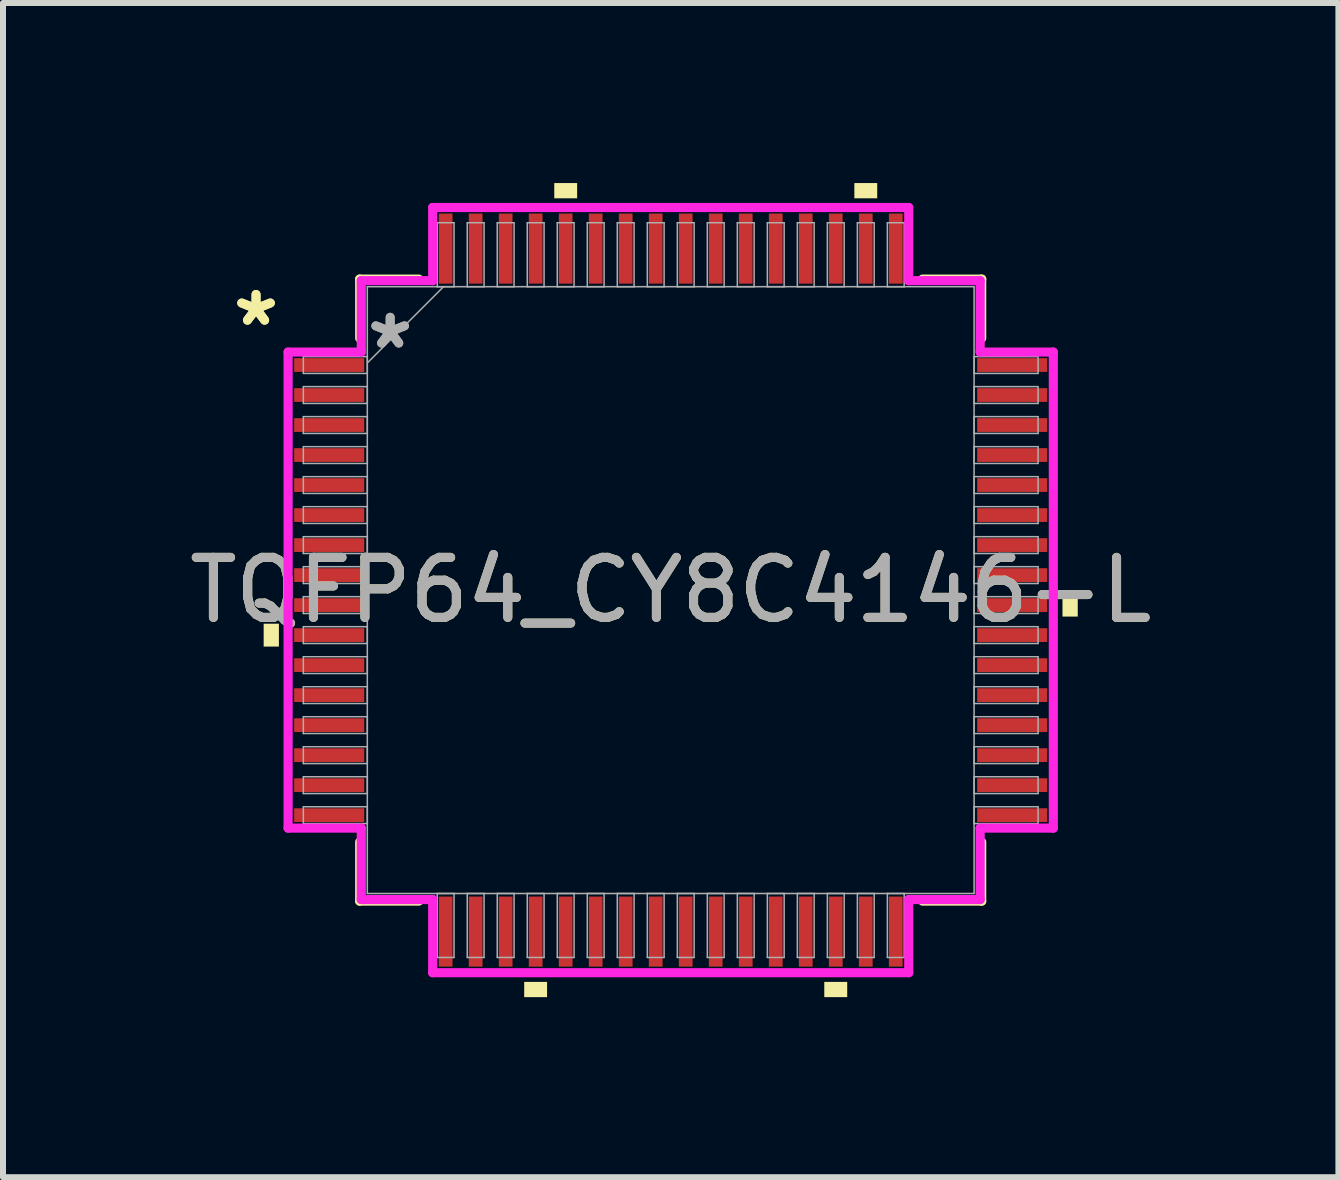
<source format=kicad_pcb>
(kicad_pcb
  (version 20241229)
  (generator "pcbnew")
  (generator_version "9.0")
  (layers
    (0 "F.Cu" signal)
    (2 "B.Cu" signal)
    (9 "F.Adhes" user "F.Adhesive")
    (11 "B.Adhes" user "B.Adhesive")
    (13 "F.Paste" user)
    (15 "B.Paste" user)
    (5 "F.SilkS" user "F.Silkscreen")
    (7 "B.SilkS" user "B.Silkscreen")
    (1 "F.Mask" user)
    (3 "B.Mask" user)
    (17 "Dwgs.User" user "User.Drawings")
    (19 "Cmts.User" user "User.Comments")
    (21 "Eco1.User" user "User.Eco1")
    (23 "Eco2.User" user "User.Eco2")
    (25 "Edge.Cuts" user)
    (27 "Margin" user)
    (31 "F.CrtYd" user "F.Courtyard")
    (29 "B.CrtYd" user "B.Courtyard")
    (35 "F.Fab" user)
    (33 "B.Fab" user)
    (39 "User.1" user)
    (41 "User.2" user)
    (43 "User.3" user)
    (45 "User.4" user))
  (footprint "TQFP64_CY8C4146-L"
    (layer "F.Cu")
    (at 8.125 6.782)
    (property "Reference" "TQFP64_CY8C4146-L" (at 0 0 0) (unlocked yes) (layer "F.SilkS") (effects (font (size 1 1) (thickness 0.15))))
    (attr smd)
    (fp_line (start -5.182 -5.182) (end -5.182 -4.197) (stroke (width 0.152) (type solid)) (layer "F.SilkS"))
    (fp_line (start -5.182 4.197) (end -5.182 5.182) (stroke (width 0.152) (type solid)) (layer "F.SilkS"))
    (fp_line (start -5.182 5.182) (end -4.197 5.182) (stroke (width 0.152) (type solid)) (layer "F.SilkS"))
    (fp_line (start -4.197 -5.182) (end -5.182 -5.182) (stroke (width 0.152) (type solid)) (layer "F.SilkS"))
    (fp_line (start 4.197 5.182) (end 5.182 5.182) (stroke (width 0.152) (type solid)) (layer "F.SilkS"))
    (fp_line (start 5.182 -5.182) (end 4.197 -5.182) (stroke (width 0.152) (type solid)) (layer "F.SilkS"))
    (fp_line (start 5.182 -4.197) (end 5.182 -5.182) (stroke (width 0.152) (type solid)) (layer "F.SilkS"))
    (fp_line (start 5.182 5.182) (end 5.182 4.197) (stroke (width 0.152) (type solid)) (layer "F.SilkS"))
    (fp_poly (pts (xy -6.782 0.56) (xy -6.782 0.941) (xy -6.528 0.941) (xy -6.528 0.56)) (stroke (width 0) (type solid)) (fill yes) (layer "F.SilkS"))
    (fp_poly (pts (xy -2.441 6.528) (xy -2.441 6.782) (xy -2.06 6.782) (xy -2.06 6.528)) (stroke (width 0) (type solid)) (fill yes) (layer "F.SilkS"))
    (fp_poly (pts (xy -1.94 -6.528) (xy -1.94 -6.782) (xy -1.559 -6.782) (xy -1.559 -6.528)) (stroke (width 0) (type solid)) (fill yes) (layer "F.SilkS"))
    (fp_poly (pts (xy 2.559 6.528) (xy 2.559 6.782) (xy 2.941 6.782) (xy 2.941 6.528)) (stroke (width 0) (type solid)) (fill yes) (layer "F.SilkS"))
    (fp_poly (pts (xy 3.06 -6.528) (xy 3.06 -6.782) (xy 3.441 -6.782) (xy 3.441 -6.528)) (stroke (width 0) (type solid)) (fill yes) (layer "F.SilkS"))
    (fp_poly (pts (xy 6.782 0.059) (xy 6.782 0.441) (xy 6.528 0.441) (xy 6.528 0.059)) (stroke (width 0) (type solid)) (fill yes) (layer "F.SilkS"))
    (fp_line (start -6.375 -3.966) (end -5.156 -3.966) (stroke (width 0.152) (type solid)) (layer "F.CrtYd"))
    (fp_line (start -6.375 3.966) (end -6.375 -3.966) (stroke (width 0.152) (type solid)) (layer "F.CrtYd"))
    (fp_line (start -5.156 -5.156) (end -3.966 -5.156) (stroke (width 0.152) (type solid)) (layer "F.CrtYd"))
    (fp_line (start -5.156 -3.966) (end -5.156 -5.156) (stroke (width 0.152) (type solid)) (layer "F.CrtYd"))
    (fp_line (start -5.156 3.966) (end -6.375 3.966) (stroke (width 0.152) (type solid)) (layer "F.CrtYd"))
    (fp_line (start -5.156 5.156) (end -5.156 3.966) (stroke (width 0.152) (type solid)) (layer "F.CrtYd"))
    (fp_line (start -5.156 5.156) (end -3.966 5.156) (stroke (width 0.152) (type solid)) (layer "F.CrtYd"))
    (fp_line (start -3.966 -6.375) (end 3.966 -6.375) (stroke (width 0.152) (type solid)) (layer "F.CrtYd"))
    (fp_line (start -3.966 -5.156) (end -3.966 -6.375) (stroke (width 0.152) (type solid)) (layer "F.CrtYd"))
    (fp_line (start -3.966 5.156) (end -3.966 6.375) (stroke (width 0.152) (type solid)) (layer "F.CrtYd"))
    (fp_line (start -3.966 6.375) (end 3.966 6.375) (stroke (width 0.152) (type solid)) (layer "F.CrtYd"))
    (fp_line (start 3.966 -6.375) (end 3.966 -5.156) (stroke (width 0.152) (type solid)) (layer "F.CrtYd"))
    (fp_line (start 3.966 -5.156) (end 5.156 -5.156) (stroke (width 0.152) (type solid)) (layer "F.CrtYd"))
    (fp_line (start 3.966 5.156) (end 5.156 5.156) (stroke (width 0.152) (type solid)) (layer "F.CrtYd"))
    (fp_line (start 3.966 6.375) (end 3.966 5.156) (stroke (width 0.152) (type solid)) (layer "F.CrtYd"))
    (fp_line (start 5.156 -3.966) (end 5.156 -5.156) (stroke (width 0.152) (type solid)) (layer "F.CrtYd"))
    (fp_line (start 5.156 3.966) (end 6.375 3.966) (stroke (width 0.152) (type solid)) (layer "F.CrtYd"))
    (fp_line (start 5.156 5.156) (end 5.156 3.966) (stroke (width 0.152) (type solid)) (layer "F.CrtYd"))
    (fp_line (start 6.375 -3.966) (end 5.156 -3.966) (stroke (width 0.152) (type solid)) (layer "F.CrtYd"))
    (fp_line (start 6.375 3.966) (end 6.375 -3.966) (stroke (width 0.152) (type solid)) (layer "F.CrtYd"))
    (fp_line (start -6.121 -3.89) (end -6.121 -3.61) (stroke (width 0.025) (type solid)) (layer "F.Fab"))
    (fp_line (start -6.121 -3.61) (end -5.055 -3.61) (stroke (width 0.025) (type solid)) (layer "F.Fab"))
    (fp_line (start -6.121 -3.39) (end -6.121 -3.11) (stroke (width 0.025) (type solid)) (layer "F.Fab"))
    (fp_line (start -6.121 -3.11) (end -5.055 -3.11) (stroke (width 0.025) (type solid)) (layer "F.Fab"))
    (fp_line (start -6.121 -2.89) (end -6.121 -2.61) (stroke (width 0.025) (type solid)) (layer "F.Fab"))
    (fp_line (start -6.121 -2.61) (end -5.055 -2.61) (stroke (width 0.025) (type solid)) (layer "F.Fab"))
    (fp_line (start -6.121 -2.39) (end -6.121 -2.11) (stroke (width 0.025) (type solid)) (layer "F.Fab"))
    (fp_line (start -6.121 -2.11) (end -5.055 -2.11) (stroke (width 0.025) (type solid)) (layer "F.Fab"))
    (fp_line (start -6.121 -1.89) (end -6.121 -1.61) (stroke (width 0.025) (type solid)) (layer "F.Fab"))
    (fp_line (start -6.121 -1.61) (end -5.055 -1.61) (stroke (width 0.025) (type solid)) (layer "F.Fab"))
    (fp_line (start -6.121 -1.39) (end -6.121 -1.11) (stroke (width 0.025) (type solid)) (layer "F.Fab"))
    (fp_line (start -6.121 -1.11) (end -5.055 -1.11) (stroke (width 0.025) (type solid)) (layer "F.Fab"))
    (fp_line (start -6.121 -0.89) (end -6.121 -0.61) (stroke (width 0.025) (type solid)) (layer "F.Fab"))
    (fp_line (start -6.121 -0.61) (end -5.055 -0.61) (stroke (width 0.025) (type solid)) (layer "F.Fab"))
    (fp_line (start -6.121 -0.39) (end -6.121 -0.11) (stroke (width 0.025) (type solid)) (layer "F.Fab"))
    (fp_line (start -6.121 -0.11) (end -5.055 -0.11) (stroke (width 0.025) (type solid)) (layer "F.Fab"))
    (fp_line (start -6.121 0.11) (end -6.121 0.39) (stroke (width 0.025) (type solid)) (layer "F.Fab"))
    (fp_line (start -6.121 0.39) (end -5.055 0.39) (stroke (width 0.025) (type solid)) (layer "F.Fab"))
    (fp_line (start -6.121 0.61) (end -6.121 0.89) (stroke (width 0.025) (type solid)) (layer "F.Fab"))
    (fp_line (start -6.121 0.89) (end -5.055 0.89) (stroke (width 0.025) (type solid)) (layer "F.Fab"))
    (fp_line (start -6.121 1.11) (end -6.121 1.39) (stroke (width 0.025) (type solid)) (layer "F.Fab"))
    (fp_line (start -6.121 1.39) (end -5.055 1.39) (stroke (width 0.025) (type solid)) (layer "F.Fab"))
    (fp_line (start -6.121 1.61) (end -6.121 1.89) (stroke (width 0.025) (type solid)) (layer "F.Fab"))
    (fp_line (start -6.121 1.89) (end -5.055 1.89) (stroke (width 0.025) (type solid)) (layer "F.Fab"))
    (fp_line (start -6.121 2.11) (end -6.121 2.39) (stroke (width 0.025) (type solid)) (layer "F.Fab"))
    (fp_line (start -6.121 2.39) (end -5.055 2.39) (stroke (width 0.025) (type solid)) (layer "F.Fab"))
    (fp_line (start -6.121 2.61) (end -6.121 2.89) (stroke (width 0.025) (type solid)) (layer "F.Fab"))
    (fp_line (start -6.121 2.89) (end -5.055 2.89) (stroke (width 0.025) (type solid)) (layer "F.Fab"))
    (fp_line (start -6.121 3.11) (end -6.121 3.39) (stroke (width 0.025) (type solid)) (layer "F.Fab"))
    (fp_line (start -6.121 3.39) (end -5.055 3.39) (stroke (width 0.025) (type solid)) (layer "F.Fab"))
    (fp_line (start -6.121 3.61) (end -6.121 3.89) (stroke (width 0.025) (type solid)) (layer "F.Fab"))
    (fp_line (start -6.121 3.89) (end -5.055 3.89) (stroke (width 0.025) (type solid)) (layer "F.Fab"))
    (fp_line (start -5.055 -5.055) (end -5.055 5.055) (stroke (width 0.025) (type solid)) (layer "F.Fab"))
    (fp_line (start -5.055 -3.89) (end -6.121 -3.89) (stroke (width 0.025) (type solid)) (layer "F.Fab"))
    (fp_line (start -5.055 -3.785) (end -3.785 -5.055) (stroke (width 0.025) (type solid)) (layer "F.Fab"))
    (fp_line (start -5.055 -3.61) (end -5.055 -3.89) (stroke (width 0.025) (type solid)) (layer "F.Fab"))
    (fp_line (start -5.055 -3.39) (end -6.121 -3.39) (stroke (width 0.025) (type solid)) (layer "F.Fab"))
    (fp_line (start -5.055 -3.11) (end -5.055 -3.39) (stroke (width 0.025) (type solid)) (layer "F.Fab"))
    (fp_line (start -5.055 -2.89) (end -6.121 -2.89) (stroke (width 0.025) (type solid)) (layer "F.Fab"))
    (fp_line (start -5.055 -2.61) (end -5.055 -2.89) (stroke (width 0.025) (type solid)) (layer "F.Fab"))
    (fp_line (start -5.055 -2.39) (end -6.121 -2.39) (stroke (width 0.025) (type solid)) (layer "F.Fab"))
    (fp_line (start -5.055 -2.11) (end -5.055 -2.39) (stroke (width 0.025) (type solid)) (layer "F.Fab"))
    (fp_line (start -5.055 -1.89) (end -6.121 -1.89) (stroke (width 0.025) (type solid)) (layer "F.Fab"))
    (fp_line (start -5.055 -1.61) (end -5.055 -1.89) (stroke (width 0.025) (type solid)) (layer "F.Fab"))
    (fp_line (start -5.055 -1.39) (end -6.121 -1.39) (stroke (width 0.025) (type solid)) (layer "F.Fab"))
    (fp_line (start -5.055 -1.11) (end -5.055 -1.39) (stroke (width 0.025) (type solid)) (layer "F.Fab"))
    (fp_line (start -5.055 -0.89) (end -6.121 -0.89) (stroke (width 0.025) (type solid)) (layer "F.Fab"))
    (fp_line (start -5.055 -0.61) (end -5.055 -0.89) (stroke (width 0.025) (type solid)) (layer "F.Fab"))
    (fp_line (start -5.055 -0.39) (end -6.121 -0.39) (stroke (width 0.025) (type solid)) (layer "F.Fab"))
    (fp_line (start -5.055 -0.11) (end -5.055 -0.39) (stroke (width 0.025) (type solid)) (layer "F.Fab"))
    (fp_line (start -5.055 0.11) (end -6.121 0.11) (stroke (width 0.025) (type solid)) (layer "F.Fab"))
    (fp_line (start -5.055 0.39) (end -5.055 0.11) (stroke (width 0.025) (type solid)) (layer "F.Fab"))
    (fp_line (start -5.055 0.61) (end -6.121 0.61) (stroke (width 0.025) (type solid)) (layer "F.Fab"))
    (fp_line (start -5.055 0.89) (end -5.055 0.61) (stroke (width 0.025) (type solid)) (layer "F.Fab"))
    (fp_line (start -5.055 1.11) (end -6.121 1.11) (stroke (width 0.025) (type solid)) (layer "F.Fab"))
    (fp_line (start -5.055 1.39) (end -5.055 1.11) (stroke (width 0.025) (type solid)) (layer "F.Fab"))
    (fp_line (start -5.055 1.61) (end -6.121 1.61) (stroke (width 0.025) (type solid)) (layer "F.Fab"))
    (fp_line (start -5.055 1.89) (end -5.055 1.61) (stroke (width 0.025) (type solid)) (layer "F.Fab"))
    (fp_line (start -5.055 2.11) (end -6.121 2.11) (stroke (width 0.025) (type solid)) (layer "F.Fab"))
    (fp_line (start -5.055 2.39) (end -5.055 2.11) (stroke (width 0.025) (type solid)) (layer "F.Fab"))
    (fp_line (start -5.055 2.61) (end -6.121 2.61) (stroke (width 0.025) (type solid)) (layer "F.Fab"))
    (fp_line (start -5.055 2.89) (end -5.055 2.61) (stroke (width 0.025) (type solid)) (layer "F.Fab"))
    (fp_line (start -5.055 3.11) (end -6.121 3.11) (stroke (width 0.025) (type solid)) (layer "F.Fab"))
    (fp_line (start -5.055 3.39) (end -5.055 3.11) (stroke (width 0.025) (type solid)) (layer "F.Fab"))
    (fp_line (start -5.055 3.61) (end -6.121 3.61) (stroke (width 0.025) (type solid)) (layer "F.Fab"))
    (fp_line (start -5.055 3.89) (end -5.055 3.61) (stroke (width 0.025) (type solid)) (layer "F.Fab"))
    (fp_line (start -5.055 5.055) (end 5.055 5.055) (stroke (width 0.025) (type solid)) (layer "F.Fab"))
    (fp_line (start -3.89 -6.121) (end -3.89 -5.055) (stroke (width 0.025) (type solid)) (layer "F.Fab"))
    (fp_line (start -3.89 -5.055) (end -3.61 -5.055) (stroke (width 0.025) (type solid)) (layer "F.Fab"))
    (fp_line (start -3.89 5.055) (end -3.89 6.121) (stroke (width 0.025) (type solid)) (layer "F.Fab"))
    (fp_line (start -3.89 6.121) (end -3.61 6.121) (stroke (width 0.025) (type solid)) (layer "F.Fab"))
    (fp_line (start -3.61 -6.121) (end -3.89 -6.121) (stroke (width 0.025) (type solid)) (layer "F.Fab"))
    (fp_line (start -3.61 -5.055) (end -3.61 -6.121) (stroke (width 0.025) (type solid)) (layer "F.Fab"))
    (fp_line (start -3.61 5.055) (end -3.89 5.055) (stroke (width 0.025) (type solid)) (layer "F.Fab"))
    (fp_line (start -3.61 6.121) (end -3.61 5.055) (stroke (width 0.025) (type solid)) (layer "F.Fab"))
    (fp_line (start -3.39 -6.121) (end -3.39 -5.055) (stroke (width 0.025) (type solid)) (layer "F.Fab"))
    (fp_line (start -3.39 -5.055) (end -3.11 -5.055) (stroke (width 0.025) (type solid)) (layer "F.Fab"))
    (fp_line (start -3.39 5.055) (end -3.39 6.121) (stroke (width 0.025) (type solid)) (layer "F.Fab"))
    (fp_line (start -3.39 6.121) (end -3.11 6.121) (stroke (width 0.025) (type solid)) (layer "F.Fab"))
    (fp_line (start -3.11 -6.121) (end -3.39 -6.121) (stroke (width 0.025) (type solid)) (layer "F.Fab"))
    (fp_line (start -3.11 -5.055) (end -3.11 -6.121) (stroke (width 0.025) (type solid)) (layer "F.Fab"))
    (fp_line (start -3.11 5.055) (end -3.39 5.055) (stroke (width 0.025) (type solid)) (layer "F.Fab"))
    (fp_line (start -3.11 6.121) (end -3.11 5.055) (stroke (width 0.025) (type solid)) (layer "F.Fab"))
    (fp_line (start -2.89 -6.121) (end -2.89 -5.055) (stroke (width 0.025) (type solid)) (layer "F.Fab"))
    (fp_line (start -2.89 -5.055) (end -2.61 -5.055) (stroke (width 0.025) (type solid)) (layer "F.Fab"))
    (fp_line (start -2.89 5.055) (end -2.89 6.121) (stroke (width 0.025) (type solid)) (layer "F.Fab"))
    (fp_line (start -2.89 6.121) (end -2.61 6.121) (stroke (width 0.025) (type solid)) (layer "F.Fab"))
    (fp_line (start -2.61 -6.121) (end -2.89 -6.121) (stroke (width 0.025) (type solid)) (layer "F.Fab"))
    (fp_line (start -2.61 -5.055) (end -2.61 -6.121) (stroke (width 0.025) (type solid)) (layer "F.Fab"))
    (fp_line (start -2.61 5.055) (end -2.89 5.055) (stroke (width 0.025) (type solid)) (layer "F.Fab"))
    (fp_line (start -2.61 6.121) (end -2.61 5.055) (stroke (width 0.025) (type solid)) (layer "F.Fab"))
    (fp_line (start -2.39 -6.121) (end -2.39 -5.055) (stroke (width 0.025) (type solid)) (layer "F.Fab"))
    (fp_line (start -2.39 -5.055) (end -2.11 -5.055) (stroke (width 0.025) (type solid)) (layer "F.Fab"))
    (fp_line (start -2.39 5.055) (end -2.39 6.121) (stroke (width 0.025) (type solid)) (layer "F.Fab"))
    (fp_line (start -2.39 6.121) (end -2.11 6.121) (stroke (width 0.025) (type solid)) (layer "F.Fab"))
    (fp_line (start -2.11 -6.121) (end -2.39 -6.121) (stroke (width 0.025) (type solid)) (layer "F.Fab"))
    (fp_line (start -2.11 -5.055) (end -2.11 -6.121) (stroke (width 0.025) (type solid)) (layer "F.Fab"))
    (fp_line (start -2.11 5.055) (end -2.39 5.055) (stroke (width 0.025) (type solid)) (layer "F.Fab"))
    (fp_line (start -2.11 6.121) (end -2.11 5.055) (stroke (width 0.025) (type solid)) (layer "F.Fab"))
    (fp_line (start -1.89 -6.121) (end -1.89 -5.055) (stroke (width 0.025) (type solid)) (layer "F.Fab"))
    (fp_line (start -1.89 -5.055) (end -1.61 -5.055) (stroke (width 0.025) (type solid)) (layer "F.Fab"))
    (fp_line (start -1.89 5.055) (end -1.89 6.121) (stroke (width 0.025) (type solid)) (layer "F.Fab"))
    (fp_line (start -1.89 6.121) (end -1.61 6.121) (stroke (width 0.025) (type solid)) (layer "F.Fab"))
    (fp_line (start -1.61 -6.121) (end -1.89 -6.121) (stroke (width 0.025) (type solid)) (layer "F.Fab"))
    (fp_line (start -1.61 -5.055) (end -1.61 -6.121) (stroke (width 0.025) (type solid)) (layer "F.Fab"))
    (fp_line (start -1.61 5.055) (end -1.89 5.055) (stroke (width 0.025) (type solid)) (layer "F.Fab"))
    (fp_line (start -1.61 6.121) (end -1.61 5.055) (stroke (width 0.025) (type solid)) (layer "F.Fab"))
    (fp_line (start -1.39 -6.121) (end -1.39 -5.055) (stroke (width 0.025) (type solid)) (layer "F.Fab"))
    (fp_line (start -1.39 -5.055) (end -1.11 -5.055) (stroke (width 0.025) (type solid)) (layer "F.Fab"))
    (fp_line (start -1.39 5.055) (end -1.39 6.121) (stroke (width 0.025) (type solid)) (layer "F.Fab"))
    (fp_line (start -1.39 6.121) (end -1.11 6.121) (stroke (width 0.025) (type solid)) (layer "F.Fab"))
    (fp_line (start -1.11 -6.121) (end -1.39 -6.121) (stroke (width 0.025) (type solid)) (layer "F.Fab"))
    (fp_line (start -1.11 -5.055) (end -1.11 -6.121) (stroke (width 0.025) (type solid)) (layer "F.Fab"))
    (fp_line (start -1.11 5.055) (end -1.39 5.055) (stroke (width 0.025) (type solid)) (layer "F.Fab"))
    (fp_line (start -1.11 6.121) (end -1.11 5.055) (stroke (width 0.025) (type solid)) (layer "F.Fab"))
    (fp_line (start -0.89 -6.121) (end -0.89 -5.055) (stroke (width 0.025) (type solid)) (layer "F.Fab"))
    (fp_line (start -0.89 -5.055) (end -0.61 -5.055) (stroke (width 0.025) (type solid)) (layer "F.Fab"))
    (fp_line (start -0.89 5.055) (end -0.89 6.121) (stroke (width 0.025) (type solid)) (layer "F.Fab"))
    (fp_line (start -0.89 6.121) (end -0.61 6.121) (stroke (width 0.025) (type solid)) (layer "F.Fab"))
    (fp_line (start -0.61 -6.121) (end -0.89 -6.121) (stroke (width 0.025) (type solid)) (layer "F.Fab"))
    (fp_line (start -0.61 -5.055) (end -0.61 -6.121) (stroke (width 0.025) (type solid)) (layer "F.Fab"))
    (fp_line (start -0.61 5.055) (end -0.89 5.055) (stroke (width 0.025) (type solid)) (layer "F.Fab"))
    (fp_line (start -0.61 6.121) (end -0.61 5.055) (stroke (width 0.025) (type solid)) (layer "F.Fab"))
    (fp_line (start -0.39 -6.121) (end -0.39 -5.055) (stroke (width 0.025) (type solid)) (layer "F.Fab"))
    (fp_line (start -0.39 -5.055) (end -0.11 -5.055) (stroke (width 0.025) (type solid)) (layer "F.Fab"))
    (fp_line (start -0.39 5.055) (end -0.39 6.121) (stroke (width 0.025) (type solid)) (layer "F.Fab"))
    (fp_line (start -0.39 6.121) (end -0.11 6.121) (stroke (width 0.025) (type solid)) (layer "F.Fab"))
    (fp_line (start -0.11 -6.121) (end -0.39 -6.121) (stroke (width 0.025) (type solid)) (layer "F.Fab"))
    (fp_line (start -0.11 -5.055) (end -0.11 -6.121) (stroke (width 0.025) (type solid)) (layer "F.Fab"))
    (fp_line (start -0.11 5.055) (end -0.39 5.055) (stroke (width 0.025) (type solid)) (layer "F.Fab"))
    (fp_line (start -0.11 6.121) (end -0.11 5.055) (stroke (width 0.025) (type solid)) (layer "F.Fab"))
    (fp_line (start 0.11 -6.121) (end 0.11 -5.055) (stroke (width 0.025) (type solid)) (layer "F.Fab"))
    (fp_line (start 0.11 -5.055) (end 0.39 -5.055) (stroke (width 0.025) (type solid)) (layer "F.Fab"))
    (fp_line (start 0.11 5.055) (end 0.11 6.121) (stroke (width 0.025) (type solid)) (layer "F.Fab"))
    (fp_line (start 0.11 6.121) (end 0.39 6.121) (stroke (width 0.025) (type solid)) (layer "F.Fab"))
    (fp_line (start 0.39 -6.121) (end 0.11 -6.121) (stroke (width 0.025) (type solid)) (layer "F.Fab"))
    (fp_line (start 0.39 -5.055) (end 0.39 -6.121) (stroke (width 0.025) (type solid)) (layer "F.Fab"))
    (fp_line (start 0.39 5.055) (end 0.11 5.055) (stroke (width 0.025) (type solid)) (layer "F.Fab"))
    (fp_line (start 0.39 6.121) (end 0.39 5.055) (stroke (width 0.025) (type solid)) (layer "F.Fab"))
    (fp_line (start 0.61 -6.121) (end 0.61 -5.055) (stroke (width 0.025) (type solid)) (layer "F.Fab"))
    (fp_line (start 0.61 -5.055) (end 0.89 -5.055) (stroke (width 0.025) (type solid)) (layer "F.Fab"))
    (fp_line (start 0.61 5.055) (end 0.61 6.121) (stroke (width 0.025) (type solid)) (layer "F.Fab"))
    (fp_line (start 0.61 6.121) (end 0.89 6.121) (stroke (width 0.025) (type solid)) (layer "F.Fab"))
    (fp_line (start 0.89 -6.121) (end 0.61 -6.121) (stroke (width 0.025) (type solid)) (layer "F.Fab"))
    (fp_line (start 0.89 -5.055) (end 0.89 -6.121) (stroke (width 0.025) (type solid)) (layer "F.Fab"))
    (fp_line (start 0.89 5.055) (end 0.61 5.055) (stroke (width 0.025) (type solid)) (layer "F.Fab"))
    (fp_line (start 0.89 6.121) (end 0.89 5.055) (stroke (width 0.025) (type solid)) (layer "F.Fab"))
    (fp_line (start 1.11 -6.121) (end 1.11 -5.055) (stroke (width 0.025) (type solid)) (layer "F.Fab"))
    (fp_line (start 1.11 -5.055) (end 1.39 -5.055) (stroke (width 0.025) (type solid)) (layer "F.Fab"))
    (fp_line (start 1.11 5.055) (end 1.11 6.121) (stroke (width 0.025) (type solid)) (layer "F.Fab"))
    (fp_line (start 1.11 6.121) (end 1.39 6.121) (stroke (width 0.025) (type solid)) (layer "F.Fab"))
    (fp_line (start 1.39 -6.121) (end 1.11 -6.121) (stroke (width 0.025) (type solid)) (layer "F.Fab"))
    (fp_line (start 1.39 -5.055) (end 1.39 -6.121) (stroke (width 0.025) (type solid)) (layer "F.Fab"))
    (fp_line (start 1.39 5.055) (end 1.11 5.055) (stroke (width 0.025) (type solid)) (layer "F.Fab"))
    (fp_line (start 1.39 6.121) (end 1.39 5.055) (stroke (width 0.025) (type solid)) (layer "F.Fab"))
    (fp_line (start 1.61 -6.121) (end 1.61 -5.055) (stroke (width 0.025) (type solid)) (layer "F.Fab"))
    (fp_line (start 1.61 -5.055) (end 1.89 -5.055) (stroke (width 0.025) (type solid)) (layer "F.Fab"))
    (fp_line (start 1.61 5.055) (end 1.61 6.121) (stroke (width 0.025) (type solid)) (layer "F.Fab"))
    (fp_line (start 1.61 6.121) (end 1.89 6.121) (stroke (width 0.025) (type solid)) (layer "F.Fab"))
    (fp_line (start 1.89 -6.121) (end 1.61 -6.121) (stroke (width 0.025) (type solid)) (layer "F.Fab"))
    (fp_line (start 1.89 -5.055) (end 1.89 -6.121) (stroke (width 0.025) (type solid)) (layer "F.Fab"))
    (fp_line (start 1.89 5.055) (end 1.61 5.055) (stroke (width 0.025) (type solid)) (layer "F.Fab"))
    (fp_line (start 1.89 6.121) (end 1.89 5.055) (stroke (width 0.025) (type solid)) (layer "F.Fab"))
    (fp_line (start 2.11 -6.121) (end 2.11 -5.055) (stroke (width 0.025) (type solid)) (layer "F.Fab"))
    (fp_line (start 2.11 -5.055) (end 2.39 -5.055) (stroke (width 0.025) (type solid)) (layer "F.Fab"))
    (fp_line (start 2.11 5.055) (end 2.11 6.121) (stroke (width 0.025) (type solid)) (layer "F.Fab"))
    (fp_line (start 2.11 6.121) (end 2.39 6.121) (stroke (width 0.025) (type solid)) (layer "F.Fab"))
    (fp_line (start 2.39 -6.121) (end 2.11 -6.121) (stroke (width 0.025) (type solid)) (layer "F.Fab"))
    (fp_line (start 2.39 -5.055) (end 2.39 -6.121) (stroke (width 0.025) (type solid)) (layer "F.Fab"))
    (fp_line (start 2.39 5.055) (end 2.11 5.055) (stroke (width 0.025) (type solid)) (layer "F.Fab"))
    (fp_line (start 2.39 6.121) (end 2.39 5.055) (stroke (width 0.025) (type solid)) (layer "F.Fab"))
    (fp_line (start 2.61 -6.121) (end 2.61 -5.055) (stroke (width 0.025) (type solid)) (layer "F.Fab"))
    (fp_line (start 2.61 -5.055) (end 2.89 -5.055) (stroke (width 0.025) (type solid)) (layer "F.Fab"))
    (fp_line (start 2.61 5.055) (end 2.61 6.121) (stroke (width 0.025) (type solid)) (layer "F.Fab"))
    (fp_line (start 2.61 6.121) (end 2.89 6.121) (stroke (width 0.025) (type solid)) (layer "F.Fab"))
    (fp_line (start 2.89 -6.121) (end 2.61 -6.121) (stroke (width 0.025) (type solid)) (layer "F.Fab"))
    (fp_line (start 2.89 -5.055) (end 2.89 -6.121) (stroke (width 0.025) (type solid)) (layer "F.Fab"))
    (fp_line (start 2.89 5.055) (end 2.61 5.055) (stroke (width 0.025) (type solid)) (layer "F.Fab"))
    (fp_line (start 2.89 6.121) (end 2.89 5.055) (stroke (width 0.025) (type solid)) (layer "F.Fab"))
    (fp_line (start 3.11 -6.121) (end 3.11 -5.055) (stroke (width 0.025) (type solid)) (layer "F.Fab"))
    (fp_line (start 3.11 -5.055) (end 3.39 -5.055) (stroke (width 0.025) (type solid)) (layer "F.Fab"))
    (fp_line (start 3.11 5.055) (end 3.11 6.121) (stroke (width 0.025) (type solid)) (layer "F.Fab"))
    (fp_line (start 3.11 6.121) (end 3.39 6.121) (stroke (width 0.025) (type solid)) (layer "F.Fab"))
    (fp_line (start 3.39 -6.121) (end 3.11 -6.121) (stroke (width 0.025) (type solid)) (layer "F.Fab"))
    (fp_line (start 3.39 -5.055) (end 3.39 -6.121) (stroke (width 0.025) (type solid)) (layer "F.Fab"))
    (fp_line (start 3.39 5.055) (end 3.11 5.055) (stroke (width 0.025) (type solid)) (layer "F.Fab"))
    (fp_line (start 3.39 6.121) (end 3.39 5.055) (stroke (width 0.025) (type solid)) (layer "F.Fab"))
    (fp_line (start 3.61 -6.121) (end 3.61 -5.055) (stroke (width 0.025) (type solid)) (layer "F.Fab"))
    (fp_line (start 3.61 -5.055) (end 3.89 -5.055) (stroke (width 0.025) (type solid)) (layer "F.Fab"))
    (fp_line (start 3.61 5.055) (end 3.61 6.121) (stroke (width 0.025) (type solid)) (layer "F.Fab"))
    (fp_line (start 3.61 6.121) (end 3.89 6.121) (stroke (width 0.025) (type solid)) (layer "F.Fab"))
    (fp_line (start 3.89 -6.121) (end 3.61 -6.121) (stroke (width 0.025) (type solid)) (layer "F.Fab"))
    (fp_line (start 3.89 -5.055) (end 3.89 -6.121) (stroke (width 0.025) (type solid)) (layer "F.Fab"))
    (fp_line (start 3.89 5.055) (end 3.61 5.055) (stroke (width 0.025) (type solid)) (layer "F.Fab"))
    (fp_line (start 3.89 6.121) (end 3.89 5.055) (stroke (width 0.025) (type solid)) (layer "F.Fab"))
    (fp_line (start 5.055 -5.055) (end -5.055 -5.055) (stroke (width 0.025) (type solid)) (layer "F.Fab"))
    (fp_line (start 5.055 -3.89) (end 5.055 -3.61) (stroke (width 0.025) (type solid)) (layer "F.Fab"))
    (fp_line (start 5.055 -3.61) (end 6.121 -3.61) (stroke (width 0.025) (type solid)) (layer "F.Fab"))
    (fp_line (start 5.055 -3.39) (end 5.055 -3.11) (stroke (width 0.025) (type solid)) (layer "F.Fab"))
    (fp_line (start 5.055 -3.11) (end 6.121 -3.11) (stroke (width 0.025) (type solid)) (layer "F.Fab"))
    (fp_line (start 5.055 -2.89) (end 5.055 -2.61) (stroke (width 0.025) (type solid)) (layer "F.Fab"))
    (fp_line (start 5.055 -2.61) (end 6.121 -2.61) (stroke (width 0.025) (type solid)) (layer "F.Fab"))
    (fp_line (start 5.055 -2.39) (end 5.055 -2.11) (stroke (width 0.025) (type solid)) (layer "F.Fab"))
    (fp_line (start 5.055 -2.11) (end 6.121 -2.11) (stroke (width 0.025) (type solid)) (layer "F.Fab"))
    (fp_line (start 5.055 -1.89) (end 5.055 -1.61) (stroke (width 0.025) (type solid)) (layer "F.Fab"))
    (fp_line (start 5.055 -1.61) (end 6.121 -1.61) (stroke (width 0.025) (type solid)) (layer "F.Fab"))
    (fp_line (start 5.055 -1.39) (end 5.055 -1.11) (stroke (width 0.025) (type solid)) (layer "F.Fab"))
    (fp_line (start 5.055 -1.11) (end 6.121 -1.11) (stroke (width 0.025) (type solid)) (layer "F.Fab"))
    (fp_line (start 5.055 -0.89) (end 5.055 -0.61) (stroke (width 0.025) (type solid)) (layer "F.Fab"))
    (fp_line (start 5.055 -0.61) (end 6.121 -0.61) (stroke (width 0.025) (type solid)) (layer "F.Fab"))
    (fp_line (start 5.055 -0.39) (end 5.055 -0.11) (stroke (width 0.025) (type solid)) (layer "F.Fab"))
    (fp_line (start 5.055 -0.11) (end 6.121 -0.11) (stroke (width 0.025) (type solid)) (layer "F.Fab"))
    (fp_line (start 5.055 0.11) (end 5.055 0.39) (stroke (width 0.025) (type solid)) (layer "F.Fab"))
    (fp_line (start 5.055 0.39) (end 6.121 0.39) (stroke (width 0.025) (type solid)) (layer "F.Fab"))
    (fp_line (start 5.055 0.61) (end 5.055 0.89) (stroke (width 0.025) (type solid)) (layer "F.Fab"))
    (fp_line (start 5.055 0.89) (end 6.121 0.89) (stroke (width 0.025) (type solid)) (layer "F.Fab"))
    (fp_line (start 5.055 1.11) (end 5.055 1.39) (stroke (width 0.025) (type solid)) (layer "F.Fab"))
    (fp_line (start 5.055 1.39) (end 6.121 1.39) (stroke (width 0.025) (type solid)) (layer "F.Fab"))
    (fp_line (start 5.055 1.61) (end 5.055 1.89) (stroke (width 0.025) (type solid)) (layer "F.Fab"))
    (fp_line (start 5.055 1.89) (end 6.121 1.89) (stroke (width 0.025) (type solid)) (layer "F.Fab"))
    (fp_line (start 5.055 2.11) (end 5.055 2.39) (stroke (width 0.025) (type solid)) (layer "F.Fab"))
    (fp_line (start 5.055 2.39) (end 6.121 2.39) (stroke (width 0.025) (type solid)) (layer "F.Fab"))
    (fp_line (start 5.055 2.61) (end 5.055 2.89) (stroke (width 0.025) (type solid)) (layer "F.Fab"))
    (fp_line (start 5.055 2.89) (end 6.121 2.89) (stroke (width 0.025) (type solid)) (layer "F.Fab"))
    (fp_line (start 5.055 3.11) (end 5.055 3.39) (stroke (width 0.025) (type solid)) (layer "F.Fab"))
    (fp_line (start 5.055 3.39) (end 6.121 3.39) (stroke (width 0.025) (type solid)) (layer "F.Fab"))
    (fp_line (start 5.055 3.61) (end 5.055 3.89) (stroke (width 0.025) (type solid)) (layer "F.Fab"))
    (fp_line (start 5.055 3.89) (end 6.121 3.89) (stroke (width 0.025) (type solid)) (layer "F.Fab"))
    (fp_line (start 5.055 5.055) (end 5.055 -5.055) (stroke (width 0.025) (type solid)) (layer "F.Fab"))
    (fp_line (start 6.121 -3.89) (end 5.055 -3.89) (stroke (width 0.025) (type solid)) (layer "F.Fab"))
    (fp_line (start 6.121 -3.61) (end 6.121 -3.89) (stroke (width 0.025) (type solid)) (layer "F.Fab"))
    (fp_line (start 6.121 -3.39) (end 5.055 -3.39) (stroke (width 0.025) (type solid)) (layer "F.Fab"))
    (fp_line (start 6.121 -3.11) (end 6.121 -3.39) (stroke (width 0.025) (type solid)) (layer "F.Fab"))
    (fp_line (start 6.121 -2.89) (end 5.055 -2.89) (stroke (width 0.025) (type solid)) (layer "F.Fab"))
    (fp_line (start 6.121 -2.61) (end 6.121 -2.89) (stroke (width 0.025) (type solid)) (layer "F.Fab"))
    (fp_line (start 6.121 -2.39) (end 5.055 -2.39) (stroke (width 0.025) (type solid)) (layer "F.Fab"))
    (fp_line (start 6.121 -2.11) (end 6.121 -2.39) (stroke (width 0.025) (type solid)) (layer "F.Fab"))
    (fp_line (start 6.121 -1.89) (end 5.055 -1.89) (stroke (width 0.025) (type solid)) (layer "F.Fab"))
    (fp_line (start 6.121 -1.61) (end 6.121 -1.89) (stroke (width 0.025) (type solid)) (layer "F.Fab"))
    (fp_line (start 6.121 -1.39) (end 5.055 -1.39) (stroke (width 0.025) (type solid)) (layer "F.Fab"))
    (fp_line (start 6.121 -1.11) (end 6.121 -1.39) (stroke (width 0.025) (type solid)) (layer "F.Fab"))
    (fp_line (start 6.121 -0.89) (end 5.055 -0.89) (stroke (width 0.025) (type solid)) (layer "F.Fab"))
    (fp_line (start 6.121 -0.61) (end 6.121 -0.89) (stroke (width 0.025) (type solid)) (layer "F.Fab"))
    (fp_line (start 6.121 -0.39) (end 5.055 -0.39) (stroke (width 0.025) (type solid)) (layer "F.Fab"))
    (fp_line (start 6.121 -0.11) (end 6.121 -0.39) (stroke (width 0.025) (type solid)) (layer "F.Fab"))
    (fp_line (start 6.121 0.11) (end 5.055 0.11) (stroke (width 0.025) (type solid)) (layer "F.Fab"))
    (fp_line (start 6.121 0.39) (end 6.121 0.11) (stroke (width 0.025) (type solid)) (layer "F.Fab"))
    (fp_line (start 6.121 0.61) (end 5.055 0.61) (stroke (width 0.025) (type solid)) (layer "F.Fab"))
    (fp_line (start 6.121 0.89) (end 6.121 0.61) (stroke (width 0.025) (type solid)) (layer "F.Fab"))
    (fp_line (start 6.121 1.11) (end 5.055 1.11) (stroke (width 0.025) (type solid)) (layer "F.Fab"))
    (fp_line (start 6.121 1.39) (end 6.121 1.11) (stroke (width 0.025) (type solid)) (layer "F.Fab"))
    (fp_line (start 6.121 1.61) (end 5.055 1.61) (stroke (width 0.025) (type solid)) (layer "F.Fab"))
    (fp_line (start 6.121 1.89) (end 6.121 1.61) (stroke (width 0.025) (type solid)) (layer "F.Fab"))
    (fp_line (start 6.121 2.11) (end 5.055 2.11) (stroke (width 0.025) (type solid)) (layer "F.Fab"))
    (fp_line (start 6.121 2.39) (end 6.121 2.11) (stroke (width 0.025) (type solid)) (layer "F.Fab"))
    (fp_line (start 6.121 2.61) (end 5.055 2.61) (stroke (width 0.025) (type solid)) (layer "F.Fab"))
    (fp_line (start 6.121 2.89) (end 6.121 2.61) (stroke (width 0.025) (type solid)) (layer "F.Fab"))
    (fp_line (start 6.121 3.11) (end 5.055 3.11) (stroke (width 0.025) (type solid)) (layer "F.Fab"))
    (fp_line (start 6.121 3.39) (end 6.121 3.11) (stroke (width 0.025) (type solid)) (layer "F.Fab"))
    (fp_line (start 6.121 3.61) (end 5.055 3.61) (stroke (width 0.025) (type solid)) (layer "F.Fab"))
    (fp_line (start 6.121 3.89) (end 6.121 3.61) (stroke (width 0.025) (type solid)) (layer "F.Fab"))
    (fp_text user "*" (at -6.909 -4.381 0) (unlocked yes) (layer "F.SilkS") (effects (font (size 1 1) (thickness 0.15))))
    (fp_text user "*" (at -6.909 -4.381 0) (layer "F.SilkS") (effects (font (size 1 1) (thickness 0.15))))
    (fp_text user "${REFERENCE}" (at 0 0 0) (unlocked yes) (layer "F.Fab") (effects (font (size 1 1) (thickness 0.15))))
    (fp_text user "*" (at -4.674 -4 0) (unlocked yes) (layer "F.Fab") (effects (font (size 1 1) (thickness 0.15))))
    (fp_text user "*" (at -4.674 -4 0) (layer "F.Fab") (effects (font (size 1 1) (thickness 0.15))))
    (pad "1" smd rect (at -5.69 -3.75 90) (size 0.229 1.168) (layers "F.Cu" "F.Mask" "F.Paste"))
    (pad "2" smd rect (at -5.69 -3.25 90) (size 0.229 1.168) (layers "F.Cu" "F.Mask" "F.Paste"))
    (pad "3" smd rect (at -5.69 -2.75 90) (size 0.229 1.168) (layers "F.Cu" "F.Mask" "F.Paste"))
    (pad "4" smd rect (at -5.69 -2.25 90) (size 0.229 1.168) (layers "F.Cu" "F.Mask" "F.Paste"))
    (pad "5" smd rect (at -5.69 -1.75 90) (size 0.229 1.168) (layers "F.Cu" "F.Mask" "F.Paste"))
    (pad "6" smd rect (at -5.69 -1.25 90) (size 0.229 1.168) (layers "F.Cu" "F.Mask" "F.Paste"))
    (pad "7" smd rect (at -5.69 -0.75 90) (size 0.229 1.168) (layers "F.Cu" "F.Mask" "F.Paste"))
    (pad "8" smd rect (at -5.69 -0.25 90) (size 0.229 1.168) (layers "F.Cu" "F.Mask" "F.Paste"))
    (pad "9" smd rect (at -5.69 0.25 90) (size 0.229 1.168) (layers "F.Cu" "F.Mask" "F.Paste"))
    (pad "10" smd rect (at -5.69 0.75 90) (size 0.229 1.168) (layers "F.Cu" "F.Mask" "F.Paste"))
    (pad "11" smd rect (at -5.69 1.25 90) (size 0.229 1.168) (layers "F.Cu" "F.Mask" "F.Paste"))
    (pad "12" smd rect (at -5.69 1.75 90) (size 0.229 1.168) (layers "F.Cu" "F.Mask" "F.Paste"))
    (pad "13" smd rect (at -5.69 2.25 90) (size 0.229 1.168) (layers "F.Cu" "F.Mask" "F.Paste"))
    (pad "14" smd rect (at -5.69 2.75 90) (size 0.229 1.168) (layers "F.Cu" "F.Mask" "F.Paste"))
    (pad "15" smd rect (at -5.69 3.25 90) (size 0.229 1.168) (layers "F.Cu" "F.Mask" "F.Paste"))
    (pad "16" smd rect (at -5.69 3.75 90) (size 0.229 1.168) (layers "F.Cu" "F.Mask" "F.Paste"))
    (pad "17" smd rect (at -3.75 5.69) (size 0.229 1.168) (layers "F.Cu" "F.Mask" "F.Paste"))
    (pad "18" smd rect (at -3.25 5.69) (size 0.229 1.168) (layers "F.Cu" "F.Mask" "F.Paste"))
    (pad "19" smd rect (at -2.75 5.69) (size 0.229 1.168) (layers "F.Cu" "F.Mask" "F.Paste"))
    (pad "20" smd rect (at -2.25 5.69) (size 0.229 1.168) (layers "F.Cu" "F.Mask" "F.Paste"))
    (pad "21" smd rect (at -1.75 5.69) (size 0.229 1.168) (layers "F.Cu" "F.Mask" "F.Paste"))
    (pad "22" smd rect (at -1.25 5.69) (size 0.229 1.168) (layers "F.Cu" "F.Mask" "F.Paste"))
    (pad "23" smd rect (at -0.75 5.69) (size 0.229 1.168) (layers "F.Cu" "F.Mask" "F.Paste"))
    (pad "24" smd rect (at -0.25 5.69) (size 0.229 1.168) (layers "F.Cu" "F.Mask" "F.Paste"))
    (pad "25" smd rect (at 0.25 5.69) (size 0.229 1.168) (layers "F.Cu" "F.Mask" "F.Paste"))
    (pad "26" smd rect (at 0.75 5.69) (size 0.229 1.168) (layers "F.Cu" "F.Mask" "F.Paste"))
    (pad "27" smd rect (at 1.25 5.69) (size 0.229 1.168) (layers "F.Cu" "F.Mask" "F.Paste"))
    (pad "28" smd rect (at 1.75 5.69) (size 0.229 1.168) (layers "F.Cu" "F.Mask" "F.Paste"))
    (pad "29" smd rect (at 2.25 5.69) (size 0.229 1.168) (layers "F.Cu" "F.Mask" "F.Paste"))
    (pad "30" smd rect (at 2.75 5.69) (size 0.229 1.168) (layers "F.Cu" "F.Mask" "F.Paste"))
    (pad "31" smd rect (at 3.25 5.69) (size 0.229 1.168) (layers "F.Cu" "F.Mask" "F.Paste"))
    (pad "32" smd rect (at 3.75 5.69) (size 0.229 1.168) (layers "F.Cu" "F.Mask" "F.Paste"))
    (pad "33" smd rect (at 5.69 3.75 90) (size 0.229 1.168) (layers "F.Cu" "F.Mask" "F.Paste"))
    (pad "34" smd rect (at 5.69 3.25 90) (size 0.229 1.168) (layers "F.Cu" "F.Mask" "F.Paste"))
    (pad "35" smd rect (at 5.69 2.75 90) (size 0.229 1.168) (layers "F.Cu" "F.Mask" "F.Paste"))
    (pad "36" smd rect (at 5.69 2.25 90) (size 0.229 1.168) (layers "F.Cu" "F.Mask" "F.Paste"))
    (pad "37" smd rect (at 5.69 1.75 90) (size 0.229 1.168) (layers "F.Cu" "F.Mask" "F.Paste"))
    (pad "38" smd rect (at 5.69 1.25 90) (size 0.229 1.168) (layers "F.Cu" "F.Mask" "F.Paste"))
    (pad "39" smd rect (at 5.69 0.75 90) (size 0.229 1.168) (layers "F.Cu" "F.Mask" "F.Paste"))
    (pad "40" smd rect (at 5.69 0.25 90) (size 0.229 1.168) (layers "F.Cu" "F.Mask" "F.Paste"))
    (pad "41" smd rect (at 5.69 -0.25 90) (size 0.229 1.168) (layers "F.Cu" "F.Mask" "F.Paste"))
    (pad "42" smd rect (at 5.69 -0.75 90) (size 0.229 1.168) (layers "F.Cu" "F.Mask" "F.Paste"))
    (pad "43" smd rect (at 5.69 -1.25 90) (size 0.229 1.168) (layers "F.Cu" "F.Mask" "F.Paste"))
    (pad "44" smd rect (at 5.69 -1.75 90) (size 0.229 1.168) (layers "F.Cu" "F.Mask" "F.Paste"))
    (pad "45" smd rect (at 5.69 -2.25 90) (size 0.229 1.168) (layers "F.Cu" "F.Mask" "F.Paste"))
    (pad "46" smd rect (at 5.69 -2.75 90) (size 0.229 1.168) (layers "F.Cu" "F.Mask" "F.Paste"))
    (pad "47" smd rect (at 5.69 -3.25 90) (size 0.229 1.168) (layers "F.Cu" "F.Mask" "F.Paste"))
    (pad "48" smd rect (at 5.69 -3.75 90) (size 0.229 1.168) (layers "F.Cu" "F.Mask" "F.Paste"))
    (pad "49" smd rect (at 3.75 -5.69) (size 0.229 1.168) (layers "F.Cu" "F.Mask" "F.Paste"))
    (pad "50" smd rect (at 3.25 -5.69) (size 0.229 1.168) (layers "F.Cu" "F.Mask" "F.Paste"))
    (pad "51" smd rect (at 2.75 -5.69) (size 0.229 1.168) (layers "F.Cu" "F.Mask" "F.Paste"))
    (pad "52" smd rect (at 2.25 -5.69) (size 0.229 1.168) (layers "F.Cu" "F.Mask" "F.Paste"))
    (pad "53" smd rect (at 1.75 -5.69) (size 0.229 1.168) (layers "F.Cu" "F.Mask" "F.Paste"))
    (pad "54" smd rect (at 1.25 -5.69) (size 0.229 1.168) (layers "F.Cu" "F.Mask" "F.Paste"))
    (pad "55" smd rect (at 0.75 -5.69) (size 0.229 1.168) (layers "F.Cu" "F.Mask" "F.Paste"))
    (pad "56" smd rect (at 0.25 -5.69) (size 0.229 1.168) (layers "F.Cu" "F.Mask" "F.Paste"))
    (pad "57" smd rect (at -0.25 -5.69) (size 0.229 1.168) (layers "F.Cu" "F.Mask" "F.Paste"))
    (pad "58" smd rect (at -0.75 -5.69) (size 0.229 1.168) (layers "F.Cu" "F.Mask" "F.Paste"))
    (pad "59" smd rect (at -1.25 -5.69) (size 0.229 1.168) (layers "F.Cu" "F.Mask" "F.Paste"))
    (pad "60" smd rect (at -1.75 -5.69) (size 0.229 1.168) (layers "F.Cu" "F.Mask" "F.Paste"))
    (pad "61" smd rect (at -2.25 -5.69) (size 0.229 1.168) (layers "F.Cu" "F.Mask" "F.Paste"))
    (pad "62" smd rect (at -2.75 -5.69) (size 0.229 1.168) (layers "F.Cu" "F.Mask" "F.Paste"))
    (pad "63" smd rect (at -3.25 -5.69) (size 0.229 1.168) (layers "F.Cu" "F.Mask" "F.Paste"))
    (pad "64" smd rect (at -3.75 -5.69) (size 0.229 1.168) (layers "F.Cu" "F.Mask" "F.Paste")))
  (gr_rect
    (start -3 -3)
    (end 19.25 16.564)
    (stroke (width 0.1) (type default))
    (fill no)
    (layer "Edge.Cuts")))
</source>
